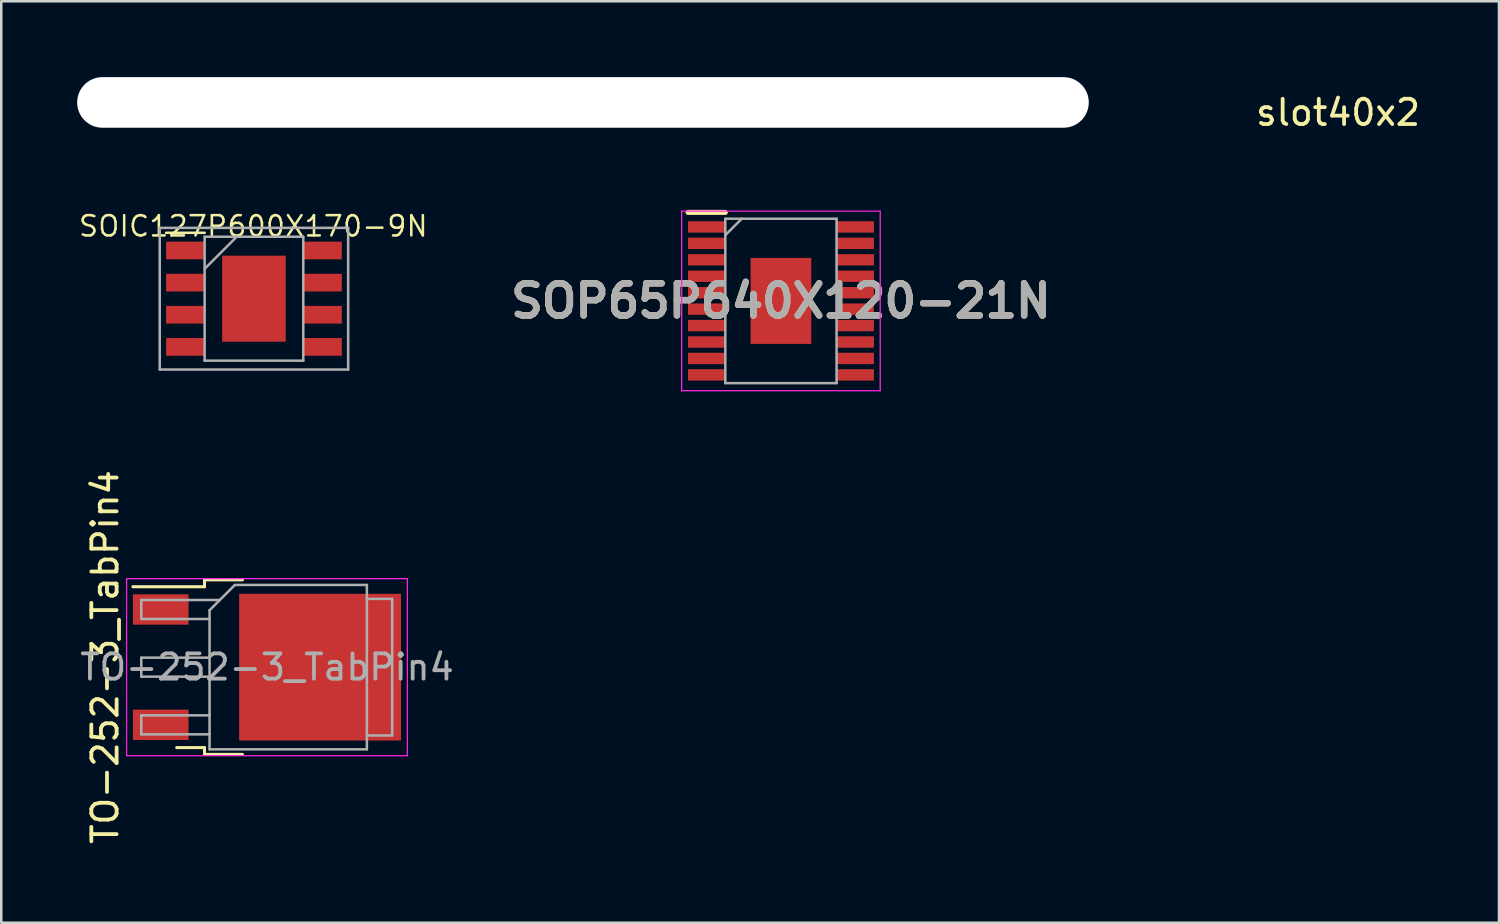
<source format=kicad_pcb>
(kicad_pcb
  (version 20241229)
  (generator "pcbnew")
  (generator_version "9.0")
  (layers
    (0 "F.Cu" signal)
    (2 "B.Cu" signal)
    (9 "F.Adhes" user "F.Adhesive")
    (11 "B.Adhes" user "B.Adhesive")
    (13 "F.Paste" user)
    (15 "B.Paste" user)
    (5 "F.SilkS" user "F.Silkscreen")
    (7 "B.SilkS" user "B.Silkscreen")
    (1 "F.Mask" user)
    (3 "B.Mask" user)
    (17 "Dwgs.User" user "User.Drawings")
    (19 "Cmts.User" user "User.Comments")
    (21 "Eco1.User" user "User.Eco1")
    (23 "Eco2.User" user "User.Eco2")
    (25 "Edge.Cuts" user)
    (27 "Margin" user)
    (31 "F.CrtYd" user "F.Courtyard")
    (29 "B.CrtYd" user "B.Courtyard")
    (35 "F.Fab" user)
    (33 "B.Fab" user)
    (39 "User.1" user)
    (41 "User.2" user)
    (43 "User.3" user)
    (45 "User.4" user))
  (footprint "SOIC127P600X170-9N"
    (layer "F.Cu")
    (at 6.991 8.76)
    (property "Reference" "SOIC127P600X170-9N" (at -0.026 -2.868 0) (unlocked yes) (layer "F.SilkS") (effects (font (size 0.8 0.8) (thickness 0.1))))
    (fp_line (start -3.475 -2.605) (end -1.95 -2.605) (stroke (width 0.1) (type solid)) (layer "F.SilkS"))
    (fp_line (start -3.725 -2.8) (end 3.725 -2.8) (stroke (width 0.1) (type solid)) (layer "F.Fab"))
    (fp_line (start -3.725 2.8) (end -3.725 -2.8) (stroke (width 0.1) (type solid)) (layer "F.Fab"))
    (fp_line (start -1.95 -2.45) (end 1.95 -2.45) (stroke (width 0.1) (type solid)) (layer "F.Fab"))
    (fp_line (start -1.95 -1.18) (end -0.68 -2.45) (stroke (width 0.1) (type solid)) (layer "F.Fab"))
    (fp_line (start -1.95 2.45) (end -1.95 -2.45) (stroke (width 0.1) (type solid)) (layer "F.Fab"))
    (fp_line (start 1.95 -2.45) (end 1.95 2.45) (stroke (width 0.1) (type solid)) (layer "F.Fab"))
    (fp_line (start 1.95 2.45) (end -1.95 2.45) (stroke (width 0.1) (type solid)) (layer "F.Fab"))
    (fp_line (start 3.725 -2.8) (end 3.725 2.8) (stroke (width 0.1) (type solid)) (layer "F.Fab"))
    (fp_line (start 3.725 2.8) (end -3.725 2.8) (stroke (width 0.1) (type solid)) (layer "F.Fab"))
    (pad "1" smd rect (at -2.712 -1.905) (size 1.525 0.7) (layers "F.Cu" "F.Mask" "F.Paste"))
    (pad "2" smd rect (at -2.712 -0.635) (size 1.525 0.7) (layers "F.Cu" "F.Mask" "F.Paste"))
    (pad "3" smd rect (at -2.712 0.635) (size 1.525 0.7) (layers "F.Cu" "F.Mask" "F.Paste"))
    (pad "4" smd rect (at -2.712 1.905) (size 1.525 0.7) (layers "F.Cu" "F.Mask" "F.Paste"))
    (pad "5" smd rect (at 2.712 1.905) (size 1.525 0.7) (layers "F.Cu" "F.Mask" "F.Paste"))
    (pad "6" smd rect (at 2.712 0.635) (size 1.525 0.7) (layers "F.Cu" "F.Mask" "F.Paste"))
    (pad "7" smd rect (at 2.712 -0.635) (size 1.525 0.7) (layers "F.Cu" "F.Mask" "F.Paste"))
    (pad "8" smd rect (at 2.712 -1.905) (size 1.525 0.7) (layers "F.Cu" "F.Mask" "F.Paste"))
    (pad "9" smd rect (at 0 0 90) (size 3.402 2.513) (layers "F.Cu" "F.Mask" "F.Paste")))
  (footprint "SOP65P640X120-21N"
    (layer "F.Cu")
    (at 27.828 8.848)
    (property "Reference" "SOP65P640X120-21N" (at 0 0 0) (layer "F.SilkS") (effects (font (size 1.27 1.27) (thickness 0.254))))
    (attr smd)
    (fp_line (start -3.675 -3.5) (end -2.2 -3.5) (stroke (width 0.2) (type solid)) (layer "F.SilkS"))
    (fp_line (start -3.925 -3.55) (end 3.925 -3.55) (stroke (width 0.05) (type solid)) (layer "F.CrtYd"))
    (fp_line (start -3.925 3.55) (end -3.925 -3.55) (stroke (width 0.05) (type solid)) (layer "F.CrtYd"))
    (fp_line (start 3.925 -3.55) (end 3.925 3.55) (stroke (width 0.05) (type solid)) (layer "F.CrtYd"))
    (fp_line (start 3.925 3.55) (end -3.925 3.55) (stroke (width 0.05) (type solid)) (layer "F.CrtYd"))
    (fp_line (start -2.2 -3.25) (end 2.2 -3.25) (stroke (width 0.1) (type solid)) (layer "F.Fab"))
    (fp_line (start -2.2 -2.6) (end -1.55 -3.25) (stroke (width 0.1) (type solid)) (layer "F.Fab"))
    (fp_line (start -2.2 3.25) (end -2.2 -3.25) (stroke (width 0.1) (type solid)) (layer "F.Fab"))
    (fp_line (start 2.2 -3.25) (end 2.2 3.25) (stroke (width 0.1) (type solid)) (layer "F.Fab"))
    (fp_line (start 2.2 3.25) (end -2.2 3.25) (stroke (width 0.1) (type solid)) (layer "F.Fab"))
    (fp_text user "${REFERENCE}" (at 0 0 0) (layer "F.Fab") (effects (font (size 1.27 1.27) (thickness 0.254))))
    (pad "1" smd rect (at -2.938 -2.925 90) (size 0.45 1.475) (layers "F.Cu" "F.Mask" "F.Paste"))
    (pad "2" smd rect (at -2.938 -2.275 90) (size 0.45 1.475) (layers "F.Cu" "F.Mask" "F.Paste"))
    (pad "3" smd rect (at -2.938 -1.625 90) (size 0.45 1.475) (layers "F.Cu" "F.Mask" "F.Paste"))
    (pad "4" smd rect (at -2.938 -0.975 90) (size 0.45 1.475) (layers "F.Cu" "F.Mask" "F.Paste"))
    (pad "5" smd rect (at -2.938 -0.325 90) (size 0.45 1.475) (layers "F.Cu" "F.Mask" "F.Paste"))
    (pad "6" smd rect (at -2.938 0.325 90) (size 0.45 1.475) (layers "F.Cu" "F.Mask" "F.Paste"))
    (pad "7" smd rect (at -2.938 0.975 90) (size 0.45 1.475) (layers "F.Cu" "F.Mask" "F.Paste"))
    (pad "8" smd rect (at -2.938 1.625 90) (size 0.45 1.475) (layers "F.Cu" "F.Mask" "F.Paste"))
    (pad "9" smd rect (at -2.938 2.275 90) (size 0.45 1.475) (layers "F.Cu" "F.Mask" "F.Paste"))
    (pad "10" smd rect (at -2.938 2.925 90) (size 0.45 1.475) (layers "F.Cu" "F.Mask" "F.Paste"))
    (pad "11" smd rect (at 2.938 2.925 90) (size 0.45 1.475) (layers "F.Cu" "F.Mask" "F.Paste"))
    (pad "12" smd rect (at 2.938 2.275 90) (size 0.45 1.475) (layers "F.Cu" "F.Mask" "F.Paste"))
    (pad "13" smd rect (at 2.938 1.625 90) (size 0.45 1.475) (layers "F.Cu" "F.Mask" "F.Paste"))
    (pad "14" smd rect (at 2.938 0.975 90) (size 0.45 1.475) (layers "F.Cu" "F.Mask" "F.Paste"))
    (pad "15" smd rect (at 2.938 0.325 90) (size 0.45 1.475) (layers "F.Cu" "F.Mask" "F.Paste"))
    (pad "16" smd rect (at 2.938 -0.325 90) (size 0.45 1.475) (layers "F.Cu" "F.Mask" "F.Paste"))
    (pad "17" smd rect (at 2.938 -0.975 90) (size 0.45 1.475) (layers "F.Cu" "F.Mask" "F.Paste"))
    (pad "18" smd rect (at 2.938 -1.625 90) (size 0.45 1.475) (layers "F.Cu" "F.Mask" "F.Paste"))
    (pad "19" smd rect (at 2.938 -2.275 90) (size 0.45 1.475) (layers "F.Cu" "F.Mask" "F.Paste"))
    (pad "20" smd rect (at 2.938 -2.925 90) (size 0.45 1.475) (layers "F.Cu" "F.Mask" "F.Paste"))
    (pad "21" smd rect (at 0 0) (size 2.4 3.4) (layers "F.Cu" "F.Mask" "F.Paste")))
  (footprint "slot40x2"
    (layer "F.Cu")
    (at 20 1)
    (property "Reference" "slot40x2" (at 29.856 0.4 0) (layer "F.SilkS") (effects (font (size 1 1) (thickness 0.15))))
    (attr exclude_from_pos_files exclude_from_bom)
    (fp_text user "${REFERENCE}" (at 0 0 0) (layer "F.Fab") (effects (font (size 1 1) (thickness 0.15))))
    (pad "" np_thru_hole oval (at 0 0) (size 40 2) (drill oval 40 2) (layers "*.Cu" "*.Mask")))
  (footprint "TO-252-3_TabPin4"
    (layer "F.Cu")
    (at 7.506 23.329)
    (property "Reference" "TO-252-3_TabPin4" (at -6.4 -0.4 270) (layer "F.SilkS") (effects (font (size 1 1) (thickness 0.15))))
    (attr smd)
    (fp_line (start -2.47 -3.45) (end -2.47 -3.18) (stroke (width 0.12) (type solid)) (layer "F.SilkS"))
    (fp_line (start -2.47 -3.18) (end -5.3 -3.18) (stroke (width 0.12) (type solid)) (layer "F.SilkS"))
    (fp_line (start -2.47 3.18) (end -3.57 3.18) (stroke (width 0.12) (type solid)) (layer "F.SilkS"))
    (fp_line (start -2.47 3.45) (end -2.47 3.18) (stroke (width 0.12) (type solid)) (layer "F.SilkS"))
    (fp_line (start -0.97 -3.45) (end -2.47 -3.45) (stroke (width 0.12) (type solid)) (layer "F.SilkS"))
    (fp_line (start -0.97 3.45) (end -2.47 3.45) (stroke (width 0.12) (type solid)) (layer "F.SilkS"))
    (fp_line (start -5.55 -3.5) (end -5.55 3.5) (stroke (width 0.05) (type solid)) (layer "F.CrtYd"))
    (fp_line (start -5.55 3.5) (end 5.55 3.5) (stroke (width 0.05) (type solid)) (layer "F.CrtYd"))
    (fp_line (start 5.55 -3.5) (end -5.55 -3.5) (stroke (width 0.05) (type solid)) (layer "F.CrtYd"))
    (fp_line (start 5.55 3.5) (end 5.55 -3.5) (stroke (width 0.05) (type solid)) (layer "F.CrtYd"))
    (fp_line (start -4.97 -2.655) (end -4.97 -1.905) (stroke (width 0.1) (type solid)) (layer "F.Fab"))
    (fp_line (start -4.97 -1.905) (end -2.27 -1.905) (stroke (width 0.1) (type solid)) (layer "F.Fab"))
    (fp_line (start -4.97 -0.375) (end -4.97 0.375) (stroke (width 0.1) (type solid)) (layer "F.Fab"))
    (fp_line (start -4.97 0.375) (end -2.27 0.375) (stroke (width 0.1) (type solid)) (layer "F.Fab"))
    (fp_line (start -4.97 1.905) (end -4.97 2.655) (stroke (width 0.1) (type solid)) (layer "F.Fab"))
    (fp_line (start -4.97 2.655) (end -2.27 2.655) (stroke (width 0.1) (type solid)) (layer "F.Fab"))
    (fp_line (start -2.27 -2.25) (end -1.27 -3.25) (stroke (width 0.1) (type solid)) (layer "F.Fab"))
    (fp_line (start -2.27 -0.375) (end -4.97 -0.375) (stroke (width 0.1) (type solid)) (layer "F.Fab"))
    (fp_line (start -2.27 1.905) (end -4.97 1.905) (stroke (width 0.1) (type solid)) (layer "F.Fab"))
    (fp_line (start -2.27 3.25) (end -2.27 -2.25) (stroke (width 0.1) (type solid)) (layer "F.Fab"))
    (fp_line (start -1.865 -2.655) (end -4.97 -2.655) (stroke (width 0.1) (type solid)) (layer "F.Fab"))
    (fp_line (start -1.27 -3.25) (end 3.95 -3.25) (stroke (width 0.1) (type solid)) (layer "F.Fab"))
    (fp_line (start 3.95 -3.25) (end 3.95 3.25) (stroke (width 0.1) (type solid)) (layer "F.Fab"))
    (fp_line (start 3.95 -2.7) (end 4.95 -2.7) (stroke (width 0.1) (type solid)) (layer "F.Fab"))
    (fp_line (start 3.95 3.25) (end -2.27 3.25) (stroke (width 0.1) (type solid)) (layer "F.Fab"))
    (fp_line (start 4.95 -2.7) (end 4.95 2.7) (stroke (width 0.1) (type solid)) (layer "F.Fab"))
    (fp_line (start 4.95 2.7) (end 3.95 2.7) (stroke (width 0.1) (type solid)) (layer "F.Fab"))
    (fp_text user "${REFERENCE}" (at 0 0 180) (layer "F.Fab") (effects (font (size 1 1) (thickness 0.15))))
    (pad "" smd rect (at 0.425 -1.525) (size 3.05 2.75) (layers "F.Paste"))
    (pad "" smd rect (at 0.425 1.525) (size 3.05 2.75) (layers "F.Paste"))
    (pad "" smd rect (at 3.775 -1.525) (size 3.05 2.75) (layers "F.Paste"))
    (pad "" smd rect (at 3.775 1.525) (size 3.05 2.75) (layers "F.Paste"))
    (pad "1" smd rect (at -4.2 -2.28) (size 2.2 1.2) (layers "F.Cu" "F.Mask" "F.Paste"))
    (pad "3" smd rect (at -4.2 2.28) (size 2.2 1.2) (layers "F.Cu" "F.Mask" "F.Paste"))
    (pad "4" smd rect (at 2.1 0) (size 6.4 5.8) (layers "F.Cu" "F.Mask")))
  (gr_rect
    (start -3 -3)
    (end 56.219 33.435)
    (stroke (width 0.1) (type default))
    (fill no)
    (layer "Edge.Cuts")))
</source>
